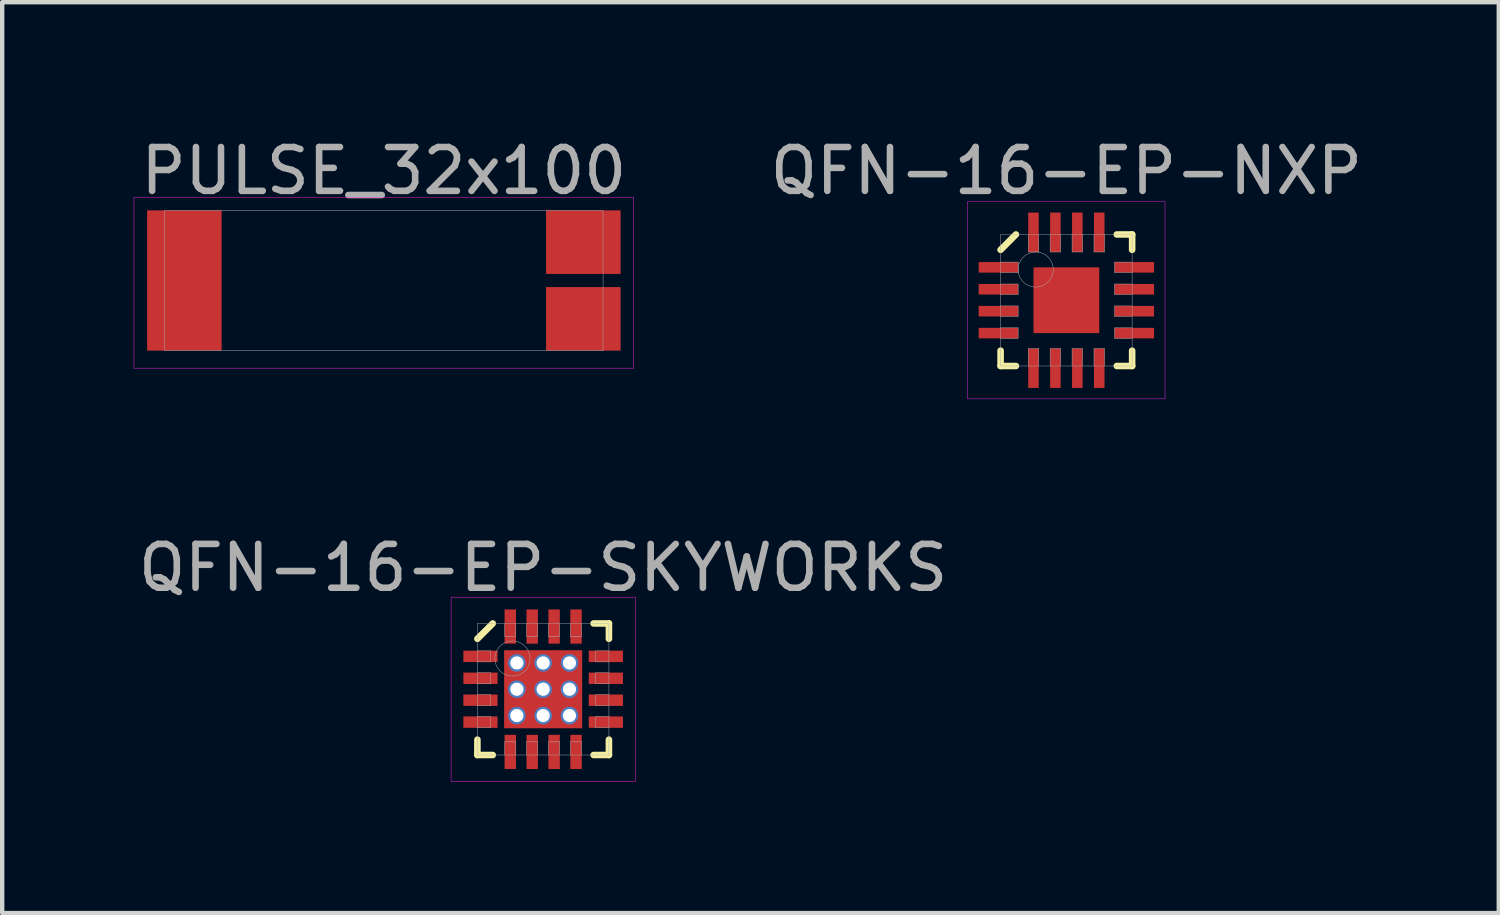
<source format=kicad_pcb>
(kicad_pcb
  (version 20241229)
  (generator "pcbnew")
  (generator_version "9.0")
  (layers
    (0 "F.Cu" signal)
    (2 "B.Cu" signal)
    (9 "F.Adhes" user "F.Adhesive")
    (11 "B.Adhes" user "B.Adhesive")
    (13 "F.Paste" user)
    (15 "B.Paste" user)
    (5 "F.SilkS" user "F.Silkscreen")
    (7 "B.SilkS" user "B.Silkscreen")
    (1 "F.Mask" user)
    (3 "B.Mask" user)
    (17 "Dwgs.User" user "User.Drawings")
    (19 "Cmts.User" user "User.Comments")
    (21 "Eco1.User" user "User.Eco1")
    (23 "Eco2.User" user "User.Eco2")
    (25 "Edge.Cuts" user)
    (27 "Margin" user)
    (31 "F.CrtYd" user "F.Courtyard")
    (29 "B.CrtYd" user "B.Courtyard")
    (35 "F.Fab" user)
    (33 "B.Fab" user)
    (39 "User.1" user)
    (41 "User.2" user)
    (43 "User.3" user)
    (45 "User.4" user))
  (footprint "PULSE_32x100"
    (layer "F.Cu")
    (at 5.705 3.348)
    (property "Reference" "PULSE_32x100" (at 0 -2.5 0) (layer "F.Fab") (effects (font (size 1 1) (thickness 0.15))))
    (attr through_hole)
    (fp_line (start -5.7 -1.9) (end 5.7 -1.9) (stroke (width 0.01) (type solid)) (layer "F.CrtYd"))
    (fp_line (start -5.7 2) (end -5.7 -1.9) (stroke (width 0.01) (type solid)) (layer "F.CrtYd"))
    (fp_line (start 5.7 -1.9) (end 5.7 2) (stroke (width 0.01) (type solid)) (layer "F.CrtYd"))
    (fp_line (start 5.7 2) (end -5.7 2) (stroke (width 0.01) (type solid)) (layer "F.CrtYd"))
    (fp_line (start -5 -1.6) (end -5 1.6) (stroke (width 0.01) (type solid)) (layer "F.Fab"))
    (fp_line (start -5 1.6) (end 5 1.6) (stroke (width 0.01) (type solid)) (layer "F.Fab"))
    (fp_line (start 5 -1.6) (end -5 -1.6) (stroke (width 0.01) (type solid)) (layer "F.Fab"))
    (fp_line (start 5 1.6) (end 5 -1.6) (stroke (width 0.01) (type solid)) (layer "F.Fab"))
    (pad "1" smd rect (at 4.55 -0.875) (size 1.7 1.45) (layers "F.Cu" "F.Mask" "F.Paste"))
    (pad "2" smd rect (at -4.55 0) (size 1.7 3.2) (layers "F.Cu" "F.Mask" "F.Paste"))
    (pad "2" smd rect (at 4.55 0.875) (size 1.7 1.45) (layers "F.Cu" "F.Mask" "F.Paste")))
  (footprint "QFN-16-EP-NXP"
    (layer "F.Cu")
    (at 21.273 3.798)
    (property "Reference" "QFN-16-EP-NXP" (at 0 -2.95 0) (layer "F.Fab") (effects (font (size 1 1) (thickness 0.15))))
    (attr through_hole)
    (fp_line (start -1.5 -1.15) (end -1.15 -1.5) (stroke (width 0.15) (type solid)) (layer "F.SilkS"))
    (fp_line (start -1.5 1.5) (end -1.5 1.15) (stroke (width 0.15) (type solid)) (layer "F.SilkS"))
    (fp_line (start -1.15 1.5) (end -1.5 1.5) (stroke (width 0.15) (type solid)) (layer "F.SilkS"))
    (fp_line (start 1.15 -1.5) (end 1.5 -1.5) (stroke (width 0.15) (type solid)) (layer "F.SilkS"))
    (fp_line (start 1.15 1.5) (end 1.5 1.5) (stroke (width 0.15) (type solid)) (layer "F.SilkS"))
    (fp_line (start 1.5 -1.5) (end 1.5 -1.15) (stroke (width 0.15) (type solid)) (layer "F.SilkS"))
    (fp_line (start 1.5 1.5) (end 1.5 1.15) (stroke (width 0.15) (type solid)) (layer "F.SilkS"))
    (fp_line (start -2.25 -2.25) (end 2.25 -2.25) (stroke (width 0.01) (type solid)) (layer "F.CrtYd"))
    (fp_line (start -2.25 2.25) (end -2.25 -2.25) (stroke (width 0.01) (type solid)) (layer "F.CrtYd"))
    (fp_line (start 2.25 -2.25) (end 2.25 2.25) (stroke (width 0.01) (type solid)) (layer "F.CrtYd"))
    (fp_line (start 2.25 2.25) (end -2.25 2.25) (stroke (width 0.01) (type solid)) (layer "F.CrtYd"))
    (fp_line (start -1.5 -1.5) (end 1.5 -1.5) (stroke (width 0.01) (type solid)) (layer "F.Fab"))
    (fp_line (start -1.5 -0.63) (end -1.1 -0.63) (stroke (width 0.01) (type solid)) (layer "F.Fab"))
    (fp_line (start -1.5 -0.13) (end -1.1 -0.13) (stroke (width 0.01) (type solid)) (layer "F.Fab"))
    (fp_line (start -1.5 0.37) (end -1.1 0.37) (stroke (width 0.01) (type solid)) (layer "F.Fab"))
    (fp_line (start -1.5 0.87) (end -1.1 0.87) (stroke (width 0.01) (type solid)) (layer "F.Fab"))
    (fp_line (start -1.5 1.5) (end -1.5 -1.5) (stroke (width 0.01) (type solid)) (layer "F.Fab"))
    (fp_line (start -1.1 -0.87) (end -1.5 -0.87) (stroke (width 0.01) (type solid)) (layer "F.Fab"))
    (fp_line (start -1.1 -0.63) (end -1.1 -0.87) (stroke (width 0.01) (type solid)) (layer "F.Fab"))
    (fp_line (start -1.1 -0.37) (end -1.5 -0.37) (stroke (width 0.01) (type solid)) (layer "F.Fab"))
    (fp_line (start -1.1 -0.13) (end -1.1 -0.37) (stroke (width 0.01) (type solid)) (layer "F.Fab"))
    (fp_line (start -1.1 0.13) (end -1.5 0.13) (stroke (width 0.01) (type solid)) (layer "F.Fab"))
    (fp_line (start -1.1 0.37) (end -1.1 0.13) (stroke (width 0.01) (type solid)) (layer "F.Fab"))
    (fp_line (start -1.1 0.63) (end -1.5 0.63) (stroke (width 0.01) (type solid)) (layer "F.Fab"))
    (fp_line (start -1.1 0.87) (end -1.1 0.63) (stroke (width 0.01) (type solid)) (layer "F.Fab"))
    (fp_line (start -0.87 -1.5) (end -0.87 -1.1) (stroke (width 0.01) (type solid)) (layer "F.Fab"))
    (fp_line (start -0.87 -1.1) (end -0.63 -1.1) (stroke (width 0.01) (type solid)) (layer "F.Fab"))
    (fp_line (start -0.87 1.1) (end -0.87 1.5) (stroke (width 0.01) (type solid)) (layer "F.Fab"))
    (fp_line (start -0.63 -1.1) (end -0.63 -1.5) (stroke (width 0.01) (type solid)) (layer "F.Fab"))
    (fp_line (start -0.63 1.1) (end -0.87 1.1) (stroke (width 0.01) (type solid)) (layer "F.Fab"))
    (fp_line (start -0.63 1.5) (end -0.63 1.1) (stroke (width 0.01) (type solid)) (layer "F.Fab"))
    (fp_line (start -0.37 -1.5) (end -0.37 -1.1) (stroke (width 0.01) (type solid)) (layer "F.Fab"))
    (fp_line (start -0.37 -1.1) (end -0.13 -1.1) (stroke (width 0.01) (type solid)) (layer "F.Fab"))
    (fp_line (start -0.37 1.1) (end -0.37 1.5) (stroke (width 0.01) (type solid)) (layer "F.Fab"))
    (fp_line (start -0.13 -1.1) (end -0.13 -1.5) (stroke (width 0.01) (type solid)) (layer "F.Fab"))
    (fp_line (start -0.13 1.1) (end -0.37 1.1) (stroke (width 0.01) (type solid)) (layer "F.Fab"))
    (fp_line (start -0.13 1.5) (end -0.13 1.1) (stroke (width 0.01) (type solid)) (layer "F.Fab"))
    (fp_line (start 0.13 -1.5) (end 0.13 -1.1) (stroke (width 0.01) (type solid)) (layer "F.Fab"))
    (fp_line (start 0.13 -1.1) (end 0.37 -1.1) (stroke (width 0.01) (type solid)) (layer "F.Fab"))
    (fp_line (start 0.13 1.1) (end 0.13 1.5) (stroke (width 0.01) (type solid)) (layer "F.Fab"))
    (fp_line (start 0.37 -1.1) (end 0.37 -1.5) (stroke (width 0.01) (type solid)) (layer "F.Fab"))
    (fp_line (start 0.37 1.1) (end 0.13 1.1) (stroke (width 0.01) (type solid)) (layer "F.Fab"))
    (fp_line (start 0.37 1.5) (end 0.37 1.1) (stroke (width 0.01) (type solid)) (layer "F.Fab"))
    (fp_line (start 0.63 -1.5) (end 0.63 -1.1) (stroke (width 0.01) (type solid)) (layer "F.Fab"))
    (fp_line (start 0.63 -1.1) (end 0.87 -1.1) (stroke (width 0.01) (type solid)) (layer "F.Fab"))
    (fp_line (start 0.63 1.1) (end 0.63 1.5) (stroke (width 0.01) (type solid)) (layer "F.Fab"))
    (fp_line (start 0.87 -1.1) (end 0.87 -1.5) (stroke (width 0.01) (type solid)) (layer "F.Fab"))
    (fp_line (start 0.87 1.1) (end 0.63 1.1) (stroke (width 0.01) (type solid)) (layer "F.Fab"))
    (fp_line (start 0.87 1.5) (end 0.87 1.1) (stroke (width 0.01) (type solid)) (layer "F.Fab"))
    (fp_line (start 1.1 -0.87) (end 1.1 -0.63) (stroke (width 0.01) (type solid)) (layer "F.Fab"))
    (fp_line (start 1.1 -0.63) (end 1.5 -0.63) (stroke (width 0.01) (type solid)) (layer "F.Fab"))
    (fp_line (start 1.1 -0.37) (end 1.1 -0.13) (stroke (width 0.01) (type solid)) (layer "F.Fab"))
    (fp_line (start 1.1 -0.13) (end 1.5 -0.13) (stroke (width 0.01) (type solid)) (layer "F.Fab"))
    (fp_line (start 1.1 0.13) (end 1.1 0.37) (stroke (width 0.01) (type solid)) (layer "F.Fab"))
    (fp_line (start 1.1 0.37) (end 1.5 0.37) (stroke (width 0.01) (type solid)) (layer "F.Fab"))
    (fp_line (start 1.1 0.63) (end 1.1 0.87) (stroke (width 0.01) (type solid)) (layer "F.Fab"))
    (fp_line (start 1.1 0.87) (end 1.5 0.87) (stroke (width 0.01) (type solid)) (layer "F.Fab"))
    (fp_line (start 1.5 -1.5) (end 1.5 1.5) (stroke (width 0.01) (type solid)) (layer "F.Fab"))
    (fp_line (start 1.5 -0.87) (end 1.1 -0.87) (stroke (width 0.01) (type solid)) (layer "F.Fab"))
    (fp_line (start 1.5 -0.37) (end 1.1 -0.37) (stroke (width 0.01) (type solid)) (layer "F.Fab"))
    (fp_line (start 1.5 0.13) (end 1.1 0.13) (stroke (width 0.01) (type solid)) (layer "F.Fab"))
    (fp_line (start 1.5 0.63) (end 1.1 0.63) (stroke (width 0.01) (type solid)) (layer "F.Fab"))
    (fp_line (start 1.5 1.5) (end -1.5 1.5) (stroke (width 0.01) (type solid)) (layer "F.Fab"))
    (fp_circle (center -0.7 -0.7) (end -0.7 -0.3) (stroke (width 0.01) (type solid)) (fill no) (layer "F.Fab"))
    (pad "" smd rect (at -0.305 -0.305) (size 0.3 0.3) (layers "F.Paste"))
    (pad "" smd rect (at -0.305 0.305) (size 0.3 0.3) (layers "F.Paste"))
    (pad "" smd rect (at 0.305 -0.305) (size 0.3 0.3) (layers "F.Paste"))
    (pad "" smd rect (at 0.305 0.305) (size 0.3 0.3) (layers "F.Paste"))
    (pad "1" smd rect (at -1.55 -0.75) (size 0.9 0.24) (layers "F.Cu" "F.Mask" "F.Paste"))
    (pad "2" smd rect (at -1.55 -0.25) (size 0.9 0.24) (layers "F.Cu" "F.Mask" "F.Paste"))
    (pad "3" smd rect (at -1.55 0.25) (size 0.9 0.24) (layers "F.Cu" "F.Mask" "F.Paste"))
    (pad "4" smd rect (at -1.55 0.75) (size 0.9 0.24) (layers "F.Cu" "F.Mask" "F.Paste"))
    (pad "5" smd rect (at -0.75 1.55) (size 0.24 0.9) (layers "F.Cu" "F.Mask" "F.Paste"))
    (pad "6" smd rect (at -0.25 1.55) (size 0.24 0.9) (layers "F.Cu" "F.Mask" "F.Paste"))
    (pad "7" smd rect (at 0.25 1.55) (size 0.24 0.9) (layers "F.Cu" "F.Mask" "F.Paste"))
    (pad "8" smd rect (at 0.75 1.55) (size 0.24 0.9) (layers "F.Cu" "F.Mask" "F.Paste"))
    (pad "9" smd rect (at 1.55 0.75) (size 0.9 0.24) (layers "F.Cu" "F.Mask" "F.Paste"))
    (pad "10" smd rect (at 1.55 0.25) (size 0.9 0.24) (layers "F.Cu" "F.Mask" "F.Paste"))
    (pad "11" smd rect (at 1.55 -0.25) (size 0.9 0.24) (layers "F.Cu" "F.Mask" "F.Paste"))
    (pad "12" smd rect (at 1.55 -0.75) (size 0.9 0.24) (layers "F.Cu" "F.Mask" "F.Paste"))
    (pad "13" smd rect (at 0.75 -1.55) (size 0.24 0.9) (layers "F.Cu" "F.Mask" "F.Paste"))
    (pad "14" smd rect (at 0.25 -1.55) (size 0.24 0.9) (layers "F.Cu" "F.Mask" "F.Paste"))
    (pad "15" smd rect (at -0.25 -1.55) (size 0.24 0.9) (layers "F.Cu" "F.Mask" "F.Paste"))
    (pad "16" smd rect (at -0.75 -1.55) (size 0.24 0.9) (layers "F.Cu" "F.Mask" "F.Paste"))
    (pad "EP" smd rect (at 0 0) (size 1.5 1.5) (layers "F.Cu" "F.Mask")))
  (footprint "QFN-16-EP-SKYWORKS"
    (layer "F.Cu")
    (at 9.339 12.671)
    (property "Reference" "QFN-16-EP-SKYWORKS" (at 0 -2.77 0) (layer "F.Fab") (effects (font (size 1 1) (thickness 0.15))))
    (attr through_hole)
    (fp_line (start -1.5 -1.15) (end -1.15 -1.5) (stroke (width 0.15) (type solid)) (layer "F.SilkS"))
    (fp_line (start -1.5 1.5) (end -1.5 1.15) (stroke (width 0.15) (type solid)) (layer "F.SilkS"))
    (fp_line (start -1.15 1.5) (end -1.5 1.5) (stroke (width 0.15) (type solid)) (layer "F.SilkS"))
    (fp_line (start 1.15 -1.5) (end 1.5 -1.5) (stroke (width 0.15) (type solid)) (layer "F.SilkS"))
    (fp_line (start 1.15 1.5) (end 1.5 1.5) (stroke (width 0.15) (type solid)) (layer "F.SilkS"))
    (fp_line (start 1.5 -1.5) (end 1.5 -1.15) (stroke (width 0.15) (type solid)) (layer "F.SilkS"))
    (fp_line (start 1.5 1.5) (end 1.5 1.15) (stroke (width 0.15) (type solid)) (layer "F.SilkS"))
    (fp_line (start -2.1 -2.1) (end 2.1 -2.1) (stroke (width 0.01) (type solid)) (layer "F.CrtYd"))
    (fp_line (start -2.1 2.1) (end -2.1 -2.1) (stroke (width 0.01) (type solid)) (layer "F.CrtYd"))
    (fp_line (start 2.1 -2.1) (end 2.1 2.1) (stroke (width 0.01) (type solid)) (layer "F.CrtYd"))
    (fp_line (start 2.1 2.1) (end -2.1 2.1) (stroke (width 0.01) (type solid)) (layer "F.CrtYd"))
    (fp_line (start -1.5 -1.5) (end 1.5 -1.5) (stroke (width 0.01) (type solid)) (layer "F.Fab"))
    (fp_line (start -1.5 -0.625) (end -1.2 -0.625) (stroke (width 0.01) (type solid)) (layer "F.Fab"))
    (fp_line (start -1.5 -0.125) (end -1.2 -0.125) (stroke (width 0.01) (type solid)) (layer "F.Fab"))
    (fp_line (start -1.5 0.375) (end -1.2 0.375) (stroke (width 0.01) (type solid)) (layer "F.Fab"))
    (fp_line (start -1.5 0.875) (end -1.2 0.875) (stroke (width 0.01) (type solid)) (layer "F.Fab"))
    (fp_line (start -1.5 1.5) (end -1.5 -1.5) (stroke (width 0.01) (type solid)) (layer "F.Fab"))
    (fp_line (start -1.2 -0.875) (end -1.5 -0.875) (stroke (width 0.01) (type solid)) (layer "F.Fab"))
    (fp_line (start -1.2 -0.625) (end -1.2 -0.875) (stroke (width 0.01) (type solid)) (layer "F.Fab"))
    (fp_line (start -1.2 -0.375) (end -1.5 -0.375) (stroke (width 0.01) (type solid)) (layer "F.Fab"))
    (fp_line (start -1.2 -0.125) (end -1.2 -0.375) (stroke (width 0.01) (type solid)) (layer "F.Fab"))
    (fp_line (start -1.2 0.125) (end -1.5 0.125) (stroke (width 0.01) (type solid)) (layer "F.Fab"))
    (fp_line (start -1.2 0.375) (end -1.2 0.125) (stroke (width 0.01) (type solid)) (layer "F.Fab"))
    (fp_line (start -1.2 0.625) (end -1.5 0.625) (stroke (width 0.01) (type solid)) (layer "F.Fab"))
    (fp_line (start -1.2 0.875) (end -1.2 0.625) (stroke (width 0.01) (type solid)) (layer "F.Fab"))
    (fp_line (start -0.875 -1.5) (end -0.875 -1.2) (stroke (width 0.01) (type solid)) (layer "F.Fab"))
    (fp_line (start -0.875 -1.2) (end -0.625 -1.2) (stroke (width 0.01) (type solid)) (layer "F.Fab"))
    (fp_line (start -0.875 1.2) (end -0.875 1.5) (stroke (width 0.01) (type solid)) (layer "F.Fab"))
    (fp_line (start -0.625 -1.2) (end -0.625 -1.5) (stroke (width 0.01) (type solid)) (layer "F.Fab"))
    (fp_line (start -0.625 1.2) (end -0.875 1.2) (stroke (width 0.01) (type solid)) (layer "F.Fab"))
    (fp_line (start -0.625 1.5) (end -0.625 1.2) (stroke (width 0.01) (type solid)) (layer "F.Fab"))
    (fp_line (start -0.375 -1.5) (end -0.375 -1.2) (stroke (width 0.01) (type solid)) (layer "F.Fab"))
    (fp_line (start -0.375 -1.2) (end -0.125 -1.2) (stroke (width 0.01) (type solid)) (layer "F.Fab"))
    (fp_line (start -0.375 1.2) (end -0.375 1.5) (stroke (width 0.01) (type solid)) (layer "F.Fab"))
    (fp_line (start -0.125 -1.2) (end -0.125 -1.5) (stroke (width 0.01) (type solid)) (layer "F.Fab"))
    (fp_line (start -0.125 1.2) (end -0.375 1.2) (stroke (width 0.01) (type solid)) (layer "F.Fab"))
    (fp_line (start -0.125 1.5) (end -0.125 1.2) (stroke (width 0.01) (type solid)) (layer "F.Fab"))
    (fp_line (start 0.125 -1.5) (end 0.125 -1.2) (stroke (width 0.01) (type solid)) (layer "F.Fab"))
    (fp_line (start 0.125 -1.2) (end 0.375 -1.2) (stroke (width 0.01) (type solid)) (layer "F.Fab"))
    (fp_line (start 0.125 1.2) (end 0.125 1.5) (stroke (width 0.01) (type solid)) (layer "F.Fab"))
    (fp_line (start 0.375 -1.2) (end 0.375 -1.5) (stroke (width 0.01) (type solid)) (layer "F.Fab"))
    (fp_line (start 0.375 1.2) (end 0.125 1.2) (stroke (width 0.01) (type solid)) (layer "F.Fab"))
    (fp_line (start 0.375 1.5) (end 0.375 1.2) (stroke (width 0.01) (type solid)) (layer "F.Fab"))
    (fp_line (start 0.625 -1.5) (end 0.625 -1.2) (stroke (width 0.01) (type solid)) (layer "F.Fab"))
    (fp_line (start 0.625 -1.2) (end 0.875 -1.2) (stroke (width 0.01) (type solid)) (layer "F.Fab"))
    (fp_line (start 0.625 1.2) (end 0.625 1.5) (stroke (width 0.01) (type solid)) (layer "F.Fab"))
    (fp_line (start 0.875 -1.2) (end 0.875 -1.5) (stroke (width 0.01) (type solid)) (layer "F.Fab"))
    (fp_line (start 0.875 1.2) (end 0.625 1.2) (stroke (width 0.01) (type solid)) (layer "F.Fab"))
    (fp_line (start 0.875 1.5) (end 0.875 1.2) (stroke (width 0.01) (type solid)) (layer "F.Fab"))
    (fp_line (start 1.2 -0.875) (end 1.2 -0.625) (stroke (width 0.01) (type solid)) (layer "F.Fab"))
    (fp_line (start 1.2 -0.625) (end 1.5 -0.625) (stroke (width 0.01) (type solid)) (layer "F.Fab"))
    (fp_line (start 1.2 -0.375) (end 1.2 -0.125) (stroke (width 0.01) (type solid)) (layer "F.Fab"))
    (fp_line (start 1.2 -0.125) (end 1.5 -0.125) (stroke (width 0.01) (type solid)) (layer "F.Fab"))
    (fp_line (start 1.2 0.125) (end 1.2 0.375) (stroke (width 0.01) (type solid)) (layer "F.Fab"))
    (fp_line (start 1.2 0.375) (end 1.5 0.375) (stroke (width 0.01) (type solid)) (layer "F.Fab"))
    (fp_line (start 1.2 0.625) (end 1.2 0.875) (stroke (width 0.01) (type solid)) (layer "F.Fab"))
    (fp_line (start 1.2 0.875) (end 1.5 0.875) (stroke (width 0.01) (type solid)) (layer "F.Fab"))
    (fp_line (start 1.5 -1.5) (end 1.5 1.5) (stroke (width 0.01) (type solid)) (layer "F.Fab"))
    (fp_line (start 1.5 -0.875) (end 1.2 -0.875) (stroke (width 0.01) (type solid)) (layer "F.Fab"))
    (fp_line (start 1.5 -0.375) (end 1.2 -0.375) (stroke (width 0.01) (type solid)) (layer "F.Fab"))
    (fp_line (start 1.5 0.125) (end 1.2 0.125) (stroke (width 0.01) (type solid)) (layer "F.Fab"))
    (fp_line (start 1.5 0.625) (end 1.2 0.625) (stroke (width 0.01) (type solid)) (layer "F.Fab"))
    (fp_line (start 1.5 1.5) (end -1.5 1.5) (stroke (width 0.01) (type solid)) (layer "F.Fab"))
    (fp_circle (center -0.7 -0.7) (end -0.7 -0.3) (stroke (width 0.01) (type solid)) (fill no) (layer "F.Fab"))
    (pad "" smd rect (at -0.5 -0.5) (size 0.7 0.7) (layers "F.Paste"))
    (pad "" smd rect (at -0.5 0.5) (size 0.7 0.7) (layers "F.Paste"))
    (pad "" smd rect (at 0.5 -0.5) (size 0.7 0.7) (layers "F.Paste"))
    (pad "" smd rect (at 0.5 0.5) (size 0.7 0.7) (layers "F.Paste"))
    (pad "1" smd rect (at -1.43 -0.75) (size 0.78 0.26) (layers "F.Cu" "F.Mask" "F.Paste"))
    (pad "2" smd rect (at -1.43 -0.25) (size 0.78 0.26) (layers "F.Cu" "F.Mask" "F.Paste"))
    (pad "3" smd rect (at -1.43 0.25) (size 0.78 0.26) (layers "F.Cu" "F.Mask" "F.Paste"))
    (pad "4" smd rect (at -1.43 0.75) (size 0.78 0.26) (layers "F.Cu" "F.Mask" "F.Paste"))
    (pad "5" smd rect (at -0.75 1.43) (size 0.26 0.78) (layers "F.Cu" "F.Mask" "F.Paste"))
    (pad "6" smd rect (at -0.25 1.43) (size 0.26 0.78) (layers "F.Cu" "F.Mask" "F.Paste"))
    (pad "7" smd rect (at 0.25 1.43) (size 0.26 0.78) (layers "F.Cu" "F.Mask" "F.Paste"))
    (pad "8" smd rect (at 0.75 1.43) (size 0.26 0.78) (layers "F.Cu" "F.Mask" "F.Paste"))
    (pad "9" smd rect (at 1.43 0.75) (size 0.78 0.26) (layers "F.Cu" "F.Mask" "F.Paste"))
    (pad "10" smd rect (at 1.43 0.25) (size 0.78 0.26) (layers "F.Cu" "F.Mask" "F.Paste"))
    (pad "11" smd rect (at 1.43 -0.25) (size 0.78 0.26) (layers "F.Cu" "F.Mask" "F.Paste"))
    (pad "12" smd rect (at 1.43 -0.75) (size 0.78 0.26) (layers "F.Cu" "F.Mask" "F.Paste"))
    (pad "13" smd rect (at 0.75 -1.43) (size 0.26 0.78) (layers "F.Cu" "F.Mask" "F.Paste"))
    (pad "14" smd rect (at 0.25 -1.43) (size 0.26 0.78) (layers "F.Cu" "F.Mask" "F.Paste"))
    (pad "15" smd rect (at -0.25 -1.43) (size 0.26 0.78) (layers "F.Cu" "F.Mask" "F.Paste"))
    (pad "16" smd rect (at -0.75 -1.43) (size 0.26 0.78) (layers "F.Cu" "F.Mask" "F.Paste"))
    (pad "EP" thru_hole circle (at -0.6 -0.6) (size 0.4 0.4) (drill 0.3) (layers "*.Cu"))
    (pad "EP" thru_hole circle (at -0.6 0) (size 0.4 0.4) (drill 0.3) (layers "*.Cu"))
    (pad "EP" thru_hole circle (at -0.6 0.6) (size 0.4 0.4) (drill 0.3) (layers "*.Cu"))
    (pad "EP" thru_hole circle (at 0 -0.6) (size 0.4 0.4) (drill 0.3) (layers "*.Cu"))
    (pad "EP" thru_hole circle (at 0 0) (size 0.4 0.4) (drill 0.3) (layers "*.Cu"))
    (pad "EP" smd rect (at 0 0) (size 1.78 1.78) (layers "F.Cu" "F.Mask"))
    (pad "EP" thru_hole circle (at 0 0.6) (size 0.4 0.4) (drill 0.3) (layers "*.Cu"))
    (pad "EP" thru_hole circle (at 0.6 -0.6) (size 0.4 0.4) (drill 0.3) (layers "*.Cu"))
    (pad "EP" thru_hole circle (at 0.6 0) (size 0.4 0.4) (drill 0.3) (layers "*.Cu"))
    (pad "EP" thru_hole circle (at 0.6 0.6) (size 0.4 0.4) (drill 0.3) (layers "*.Cu")))
  (gr_rect
    (start -3 -3)
    (end 31.136 17.776)
    (stroke (width 0.1) (type default))
    (fill no)
    (layer "Edge.Cuts")))
</source>
